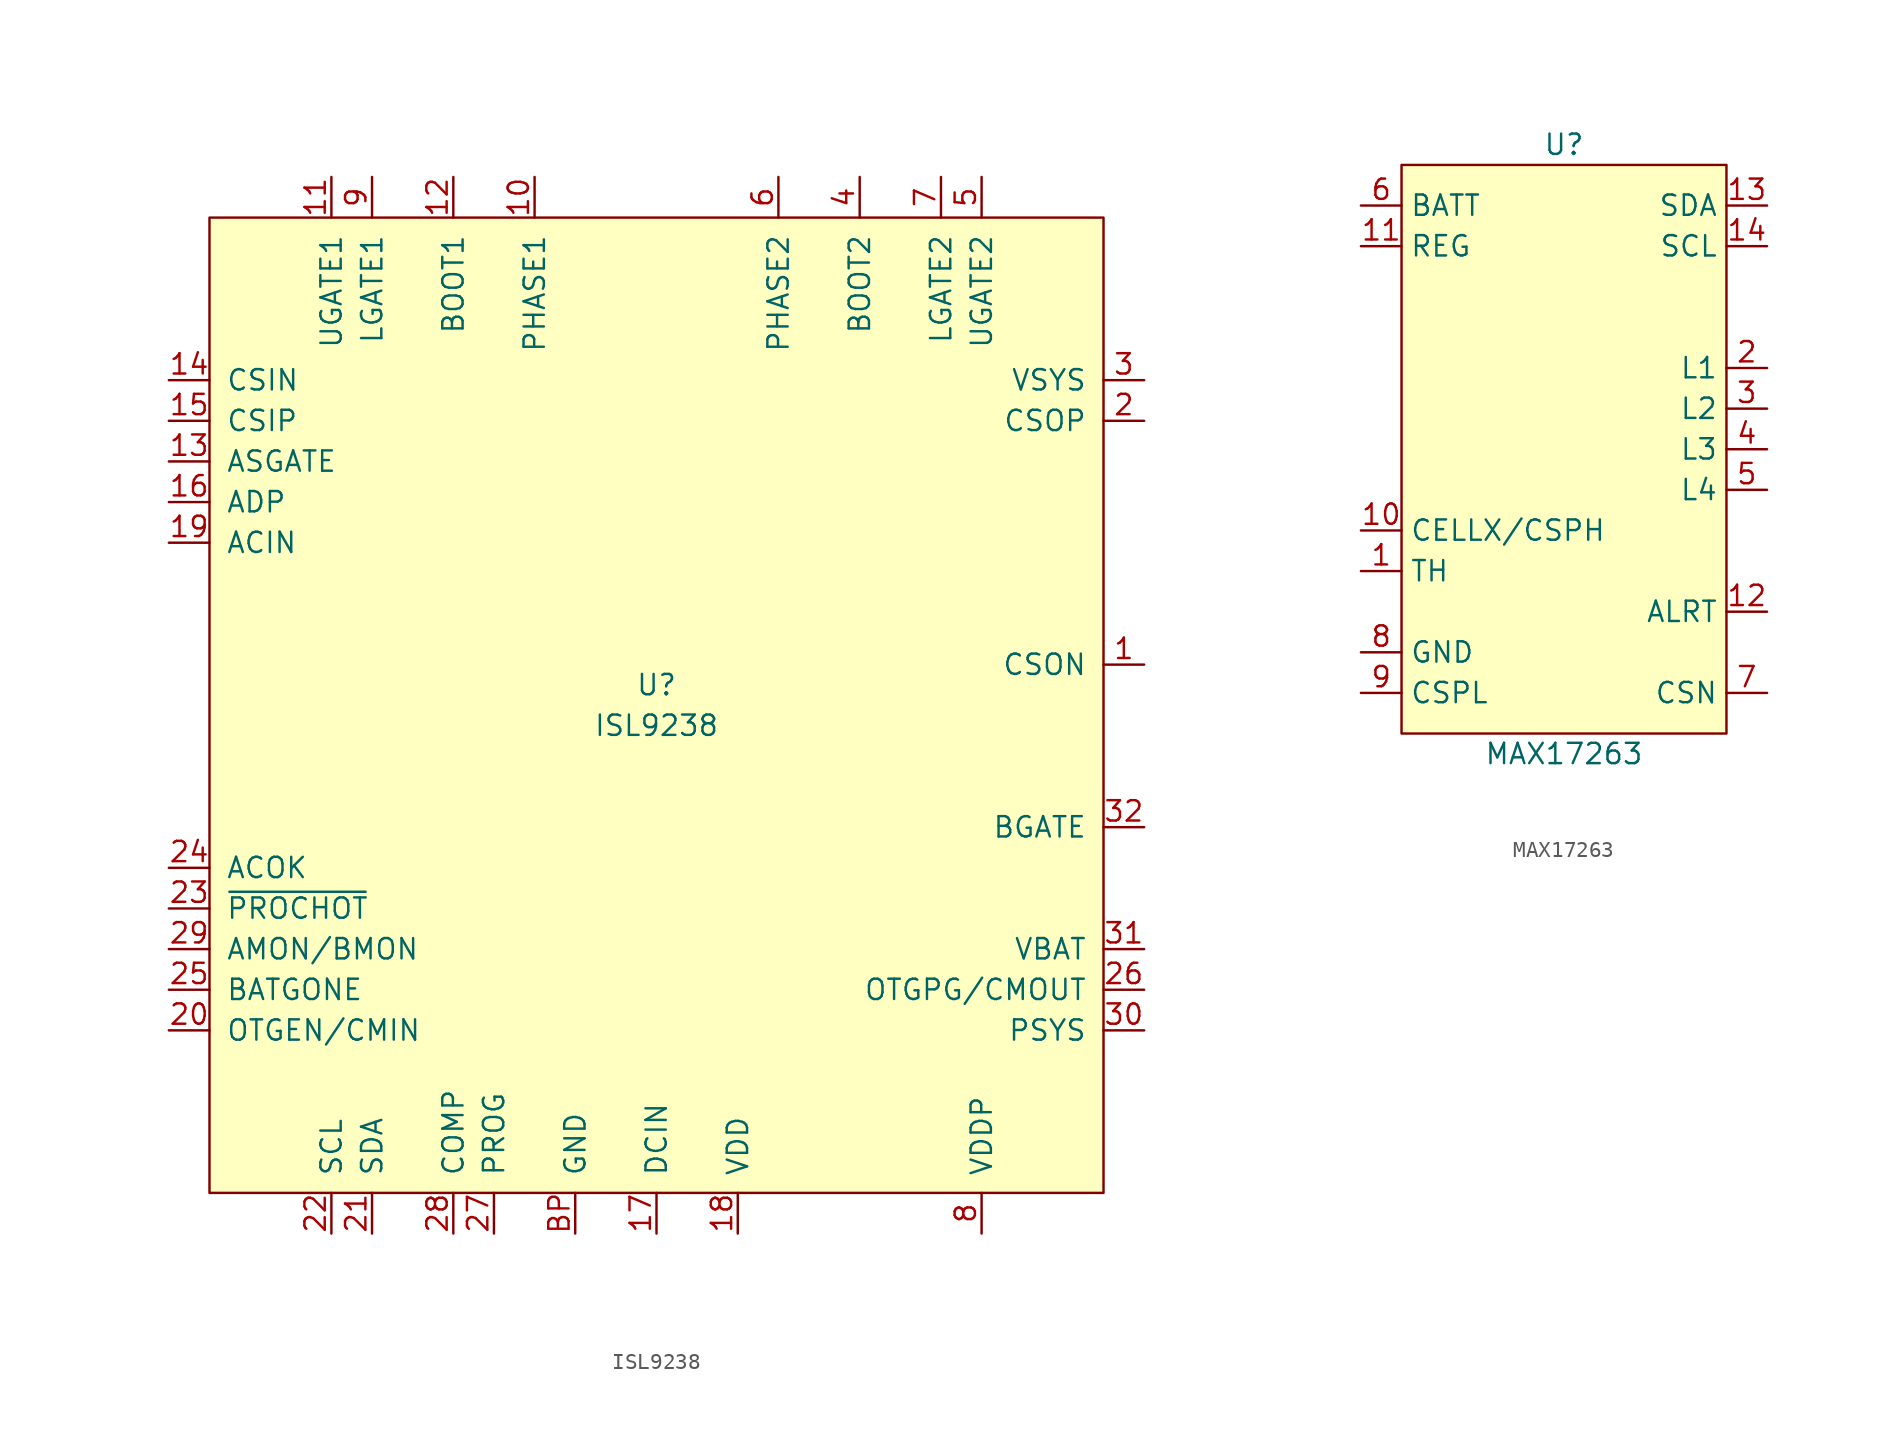
<source format=kicad_sym>
(kicad_symbol_lib
  (version 20220914)
  (generator kicad_symbol_editor)
  (symbol "ISL9238"
    (pin_names
      (offset 1.016))
    (property "Reference" "U"
      (at 0 1.27 0)
      (effects (font (size 1.27 1.27))))
    (property "Value" "ISL9238"
      (at 0 -1.27 0)
      (effects (font (size 1.27 1.27))))
    (symbol "ISL9238_1_1"
      (rectangle (start -27.94 30.48) (end 27.94 -30.48) (stroke (width 0) (type default)) (fill (type background)))
      (pin input line (at 30.48 2.54 180) (length 2.54) (name "CSON" (effects (font (size 1.27 1.27)))) (number "1" (effects (font (size 1.27 1.27)))))
      (pin input line (at -7.62 33.02 270) (length 2.54) (name "PHASE1" (effects (font (size 1.27 1.27)))) (number "10" (effects (font (size 1.27 1.27)))))
      (pin output line (at -20.32 33.02 270) (length 2.54) (name "UGATE1" (effects (font (size 1.27 1.27)))) (number "11" (effects (font (size 1.27 1.27)))))
      (pin output line (at -12.7 33.02 270) (length 2.54) (name "BOOT1" (effects (font (size 1.27 1.27)))) (number "12" (effects (font (size 1.27 1.27)))))
      (pin output line (at -30.48 15.24 0) (length 2.54) (name "ASGATE" (effects (font (size 1.27 1.27)))) (number "13" (effects (font (size 1.27 1.27)))))
      (pin input line (at -30.48 20.32 0) (length 2.54) (name "CSIN" (effects (font (size 1.27 1.27)))) (number "14" (effects (font (size 1.27 1.27)))))
      (pin input line (at -30.48 17.78 0) (length 2.54) (name "CSIP" (effects (font (size 1.27 1.27)))) (number "15" (effects (font (size 1.27 1.27)))))
      (pin input line (at -30.48 12.7 0) (length 2.54) (name "ADP" (effects (font (size 1.27 1.27)))) (number "16" (effects (font (size 1.27 1.27)))))
      (pin power_in line (at 0 -33.02 90) (length 2.54) (name "DCIN" (effects (font (size 1.27 1.27)))) (number "17" (effects (font (size 1.27 1.27)))))
      (pin power_in line (at 5.08 -33.02 90) (length 2.54) (name "VDD" (effects (font (size 1.27 1.27)))) (number "18" (effects (font (size 1.27 1.27)))))
      (pin input line (at -30.48 10.16 0) (length 2.54) (name "ACIN" (effects (font (size 1.27 1.27)))) (number "19" (effects (font (size 1.27 1.27)))))
      (pin input line (at 30.48 17.78 180) (length 2.54) (name "CSOP" (effects (font (size 1.27 1.27)))) (number "2" (effects (font (size 1.27 1.27)))))
      (pin input line (at -30.48 -20.32 0) (length 2.54) (name "OTGEN/CMIN" (effects (font (size 1.27 1.27)))) (number "20" (effects (font (size 1.27 1.27)))))
      (pin bidirectional line (at -17.78 -33.02 90) (length 2.54) (name "SDA" (effects (font (size 1.27 1.27)))) (number "21" (effects (font (size 1.27 1.27)))))
      (pin bidirectional line (at -20.32 -33.02 90) (length 2.54) (name "SCL" (effects (font (size 1.27 1.27)))) (number "22" (effects (font (size 1.27 1.27)))))
      (pin open_collector line (at -30.48 -12.7 0) (length 2.54) (name "~{PROCHOT}" (effects (font (size 1.27 1.27)))) (number "23" (effects (font (size 1.27 1.27)))))
      (pin output line (at -30.48 -10.16 0) (length 2.54) (name "ACOK" (effects (font (size 1.27 1.27)))) (number "24" (effects (font (size 1.27 1.27)))))
      (pin input line (at -30.48 -17.78 0) (length 2.54) (name "BATGONE" (effects (font (size 1.27 1.27)))) (number "25" (effects (font (size 1.27 1.27)))))
      (pin open_collector line (at 30.48 -17.78 180) (length 2.54) (name "OTGPG/CMOUT" (effects (font (size 1.27 1.27)))) (number "26" (effects (font (size 1.27 1.27)))))
      (pin passive line (at -10.16 -33.02 90) (length 2.54) (name "PROG" (effects (font (size 1.27 1.27)))) (number "27" (effects (font (size 1.27 1.27)))))
      (pin output line (at -12.7 -33.02 90) (length 2.54) (name "COMP" (effects (font (size 1.27 1.27)))) (number "28" (effects (font (size 1.27 1.27)))))
      (pin output line (at -30.48 -15.24 0) (length 2.54) (name "AMON/BMON" (effects (font (size 1.27 1.27)))) (number "29" (effects (font (size 1.27 1.27)))))
      (pin input line (at 30.48 20.32 180) (length 2.54) (name "VSYS" (effects (font (size 1.27 1.27)))) (number "3" (effects (font (size 1.27 1.27)))))
      (pin power_out line (at 30.48 -20.32 180) (length 2.54) (name "PSYS" (effects (font (size 1.27 1.27)))) (number "30" (effects (font (size 1.27 1.27)))))
      (pin input line (at 30.48 -15.24 180) (length 2.54) (name "VBAT" (effects (font (size 1.27 1.27)))) (number "31" (effects (font (size 1.27 1.27)))))
      (pin output line (at 30.48 -7.62 180) (length 2.54) (name "BGATE" (effects (font (size 1.27 1.27)))) (number "32" (effects (font (size 1.27 1.27)))))
      (pin output line (at 12.7 33.02 270) (length 2.54) (name "BOOT2" (effects (font (size 1.27 1.27)))) (number "4" (effects (font (size 1.27 1.27)))))
      (pin output line (at 20.32 33.02 270) (length 2.54) (name "UGATE2" (effects (font (size 1.27 1.27)))) (number "5" (effects (font (size 1.27 1.27)))))
      (pin input line (at 7.62 33.02 270) (length 2.54) (name "PHASE2" (effects (font (size 1.27 1.27)))) (number "6" (effects (font (size 1.27 1.27)))))
      (pin output line (at 17.78 33.02 270) (length 2.54) (name "LGATE2" (effects (font (size 1.27 1.27)))) (number "7" (effects (font (size 1.27 1.27)))))
      (pin open_emitter line (at 20.32 -33.02 90) (length 2.54) (name "VDDP" (effects (font (size 1.27 1.27)))) (number "8" (effects (font (size 1.27 1.27)))))
      (pin output line (at -17.78 33.02 270) (length 2.54) (name "LGATE1" (effects (font (size 1.27 1.27)))) (number "9" (effects (font (size 1.27 1.27)))))
      (pin passive line (at -5.08 -33.02 90) (length 2.54) (name "GND" (effects (font (size 1.27 1.27)))) (number "BP" (effects (font (size 1.27 1.27)))))))
  (symbol "MAX17263"
    (property "Reference" "U"
      (at 0 19.05 0)
      (effects (font (size 1.27 1.27))))
    (property "Value" "MAX17263"
      (at 0 -19.05 0)
      (effects (font (size 1.27 1.27))))
    (symbol "MAX17263_1_1"
      (rectangle (start -10.16 17.78) (end 10.16 -17.78) (stroke (width 0) (type solid)) (fill (type background)))
      (pin input line (at -12.7 -7.62 0) (length 2.54) (name "TH" (effects (font (size 1.27 1.27)))) (number "1" (effects (font (size 1.27 1.27)))))
      (pin input line (at -12.7 -5.08 0) (length 2.54) (name "CELLX/CSPH" (effects (font (size 1.27 1.27)))) (number "10" (effects (font (size 1.27 1.27)))))
      (pin power_out line (at -12.7 12.7 0) (length 2.54) (name "REG" (effects (font (size 1.27 1.27)))) (number "11" (effects (font (size 1.27 1.27)))))
      (pin open_collector line (at 12.7 -10.16 180) (length 2.54) (name "ALRT" (effects (font (size 1.27 1.27)))) (number "12" (effects (font (size 1.27 1.27)))))
      (pin bidirectional line (at 12.7 15.24 180) (length 2.54) (name "SDA" (effects (font (size 1.27 1.27)))) (number "13" (effects (font (size 1.27 1.27)))))
      (pin input line (at 12.7 12.7 180) (length 2.54) (name "SCL" (effects (font (size 1.27 1.27)))) (number "14" (effects (font (size 1.27 1.27)))))
      (pin bidirectional line (at 12.7 5.08 180) (length 2.54) (name "L1" (effects (font (size 1.27 1.27)))) (number "2" (effects (font (size 1.27 1.27)))))
      (pin output line (at 12.7 2.54 180) (length 2.54) (name "L2" (effects (font (size 1.27 1.27)))) (number "3" (effects (font (size 1.27 1.27)))))
      (pin output line (at 12.7 0 180) (length 2.54) (name "L3" (effects (font (size 1.27 1.27)))) (number "4" (effects (font (size 1.27 1.27)))))
      (pin output line (at 12.7 -2.54 180) (length 2.54) (name "L4" (effects (font (size 1.27 1.27)))) (number "5" (effects (font (size 1.27 1.27)))))
      (pin power_in line (at -12.7 15.24 0) (length 2.54) (name "BATT" (effects (font (size 1.27 1.27)))) (number "6" (effects (font (size 1.27 1.27)))))
      (pin input line (at 12.7 -15.24 180) (length 2.54) (name "CSN" (effects (font (size 1.27 1.27)))) (number "7" (effects (font (size 1.27 1.27)))))
      (pin passive line (at -12.7 -12.7 0) (length 2.54) (name "GND" (effects (font (size 1.27 1.27)))) (number "8" (effects (font (size 1.27 1.27)))))
      (pin input line (at -12.7 -15.24 0) (length 2.54) (name "CSPL" (effects (font (size 1.27 1.27)))) (number "9" (effects (font (size 1.27 1.27)))))
      (pin passive line (at -12.7 -12.7 0) (length 2.54) hide (name "EP" (effects (font (size 1.27 1.27)))) (number "EP" (effects (font (size 1.27 1.27))))))))
</source>
